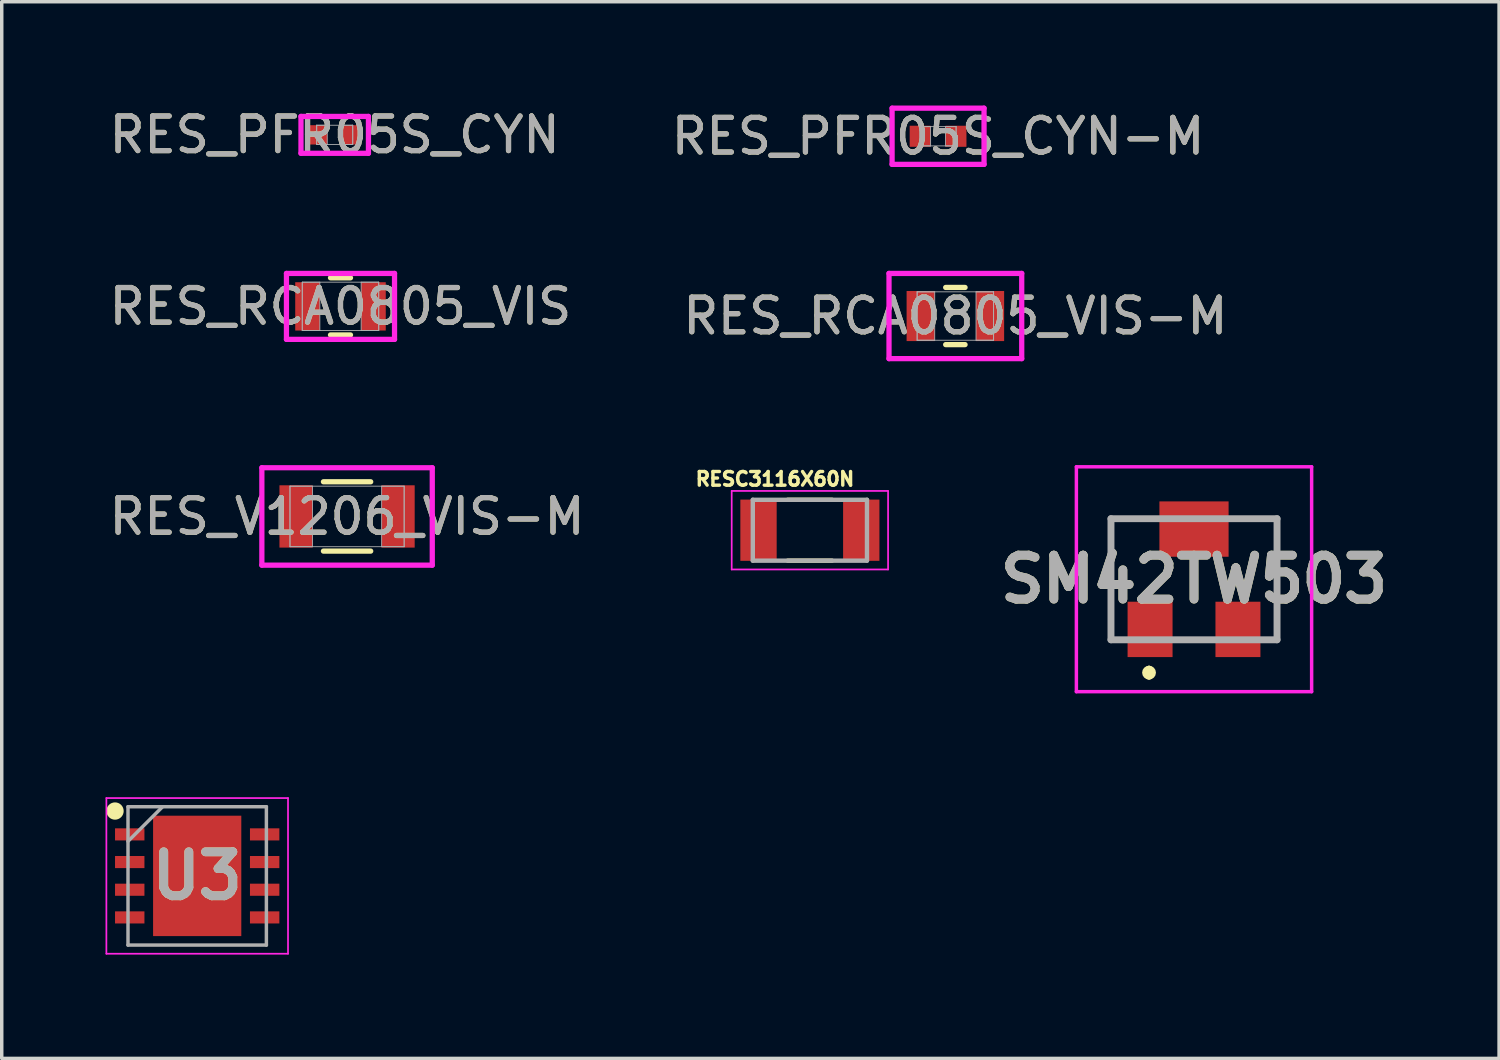
<source format=kicad_pcb>
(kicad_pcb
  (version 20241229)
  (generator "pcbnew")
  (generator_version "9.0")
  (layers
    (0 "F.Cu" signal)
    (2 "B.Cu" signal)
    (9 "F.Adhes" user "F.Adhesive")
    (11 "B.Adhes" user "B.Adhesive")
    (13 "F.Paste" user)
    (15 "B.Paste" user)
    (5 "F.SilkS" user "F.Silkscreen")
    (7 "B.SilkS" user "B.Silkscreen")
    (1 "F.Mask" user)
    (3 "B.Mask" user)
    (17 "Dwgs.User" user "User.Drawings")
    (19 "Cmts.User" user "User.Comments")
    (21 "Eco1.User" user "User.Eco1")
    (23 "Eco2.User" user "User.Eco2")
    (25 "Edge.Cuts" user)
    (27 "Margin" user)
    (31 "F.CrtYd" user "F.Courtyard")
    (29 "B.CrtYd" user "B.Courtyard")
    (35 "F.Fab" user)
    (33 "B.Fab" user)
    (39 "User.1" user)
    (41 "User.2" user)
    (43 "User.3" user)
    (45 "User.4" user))
  (footprint "RES_RCA0805_VIS"
    (layer "F.Cu")
    (at 6.792 5.806)
    (property "Reference" "RES_RCA0805_VIS" (at 0 0 0) (unlocked yes) (layer "F.SilkS") (effects (font (size 1 1) (thickness 0.15))))
    (attr smd)
    (fp_line (start -0.289 0.826) (end 0.289 0.826) (stroke (width 0.152) (type solid)) (layer "F.SilkS"))
    (fp_line (start 0.289 -0.826) (end -0.289 -0.826) (stroke (width 0.152) (type solid)) (layer "F.SilkS"))
    (fp_line (start -1.562 -0.953) (end 1.562 -0.953) (stroke (width 0.152) (type solid)) (layer "F.CrtYd"))
    (fp_line (start -1.562 0.953) (end -1.562 -0.953) (stroke (width 0.152) (type solid)) (layer "F.CrtYd"))
    (fp_line (start 1.562 -0.953) (end 1.562 0.953) (stroke (width 0.152) (type solid)) (layer "F.CrtYd"))
    (fp_line (start 1.562 0.953) (end -1.562 0.953) (stroke (width 0.152) (type solid)) (layer "F.CrtYd"))
    (fp_line (start -1.105 -0.699) (end -1.105 0.699) (stroke (width 0.025) (type solid)) (layer "F.Fab"))
    (fp_line (start -1.105 -0.699) (end -1.105 0.699) (stroke (width 0.025) (type solid)) (layer "F.Fab"))
    (fp_line (start -1.105 0.699) (end -0.597 0.699) (stroke (width 0.025) (type solid)) (layer "F.Fab"))
    (fp_line (start -1.105 0.699) (end 1.105 0.699) (stroke (width 0.025) (type solid)) (layer "F.Fab"))
    (fp_line (start -0.597 -0.699) (end -1.105 -0.699) (stroke (width 0.025) (type solid)) (layer "F.Fab"))
    (fp_line (start -0.597 0.699) (end -0.597 -0.699) (stroke (width 0.025) (type solid)) (layer "F.Fab"))
    (fp_line (start 0.597 -0.699) (end 0.597 0.699) (stroke (width 0.025) (type solid)) (layer "F.Fab"))
    (fp_line (start 0.597 0.699) (end 1.105 0.699) (stroke (width 0.025) (type solid)) (layer "F.Fab"))
    (fp_line (start 1.105 -0.699) (end -1.105 -0.699) (stroke (width 0.025) (type solid)) (layer "F.Fab"))
    (fp_line (start 1.105 -0.699) (end 0.597 -0.699) (stroke (width 0.025) (type solid)) (layer "F.Fab"))
    (fp_line (start 1.105 0.699) (end 1.105 -0.699) (stroke (width 0.025) (type solid)) (layer "F.Fab"))
    (fp_line (start 1.105 0.699) (end 1.105 -0.699) (stroke (width 0.025) (type solid)) (layer "F.Fab"))
    (fp_text user "${REFERENCE}" (at 0 0 0) (unlocked yes) (layer "F.Fab") (effects (font (size 1 1) (thickness 0.15))))
    (pad "1" smd rect (at -0.953 0) (size 0.711 1.397) (layers "F.Cu" "F.Mask" "F.Paste"))
    (pad "2" smd rect (at 0.953 0) (size 0.711 1.397) (layers "F.Cu" "F.Mask" "F.Paste"))
    (zone (net_name "") (layer "F.Cu") (hatch full 0.508) (connect_pads) (min_thickness 0.254) (filled_areas_thickness no) (keepout (tracks not_allowed) (vias not_allowed) (pads allowed) (copperpour not_allowed) (footprints allowed)) (placement (enabled no)) (fill) (polygon (pts (xy 6.246 5.158) (xy 7.338 5.158) (xy 7.338 6.454) (xy 6.246 6.454)))))
  (footprint "RES_RCA0805_VIS-M"
    (layer "F.Cu")
    (at 24.565 6.085)
    (property "Reference" "RES_RCA0805_VIS-M" (at 0 0 0) (unlocked yes) (layer "F.SilkS") (effects (font (size 1 1) (thickness 0.15))))
    (attr smd)
    (fp_line (start -0.28 0.826) (end 0.28 0.826) (stroke (width 0.152) (type solid)) (layer "F.SilkS"))
    (fp_line (start 0.28 -0.826) (end -0.28 -0.826) (stroke (width 0.152) (type solid)) (layer "F.SilkS"))
    (fp_line (start -1.918 -1.232) (end 1.918 -1.232) (stroke (width 0.152) (type solid)) (layer "F.CrtYd"))
    (fp_line (start -1.918 1.232) (end -1.918 -1.232) (stroke (width 0.152) (type solid)) (layer "F.CrtYd"))
    (fp_line (start 1.918 -1.232) (end 1.918 1.232) (stroke (width 0.152) (type solid)) (layer "F.CrtYd"))
    (fp_line (start 1.918 1.232) (end -1.918 1.232) (stroke (width 0.152) (type solid)) (layer "F.CrtYd"))
    (fp_line (start -1.105 -0.699) (end -1.105 0.699) (stroke (width 0.025) (type solid)) (layer "F.Fab"))
    (fp_line (start -1.105 -0.699) (end -1.105 0.699) (stroke (width 0.025) (type solid)) (layer "F.Fab"))
    (fp_line (start -1.105 0.699) (end -0.597 0.699) (stroke (width 0.025) (type solid)) (layer "F.Fab"))
    (fp_line (start -1.105 0.699) (end 1.105 0.699) (stroke (width 0.025) (type solid)) (layer "F.Fab"))
    (fp_line (start -0.597 -0.699) (end -1.105 -0.699) (stroke (width 0.025) (type solid)) (layer "F.Fab"))
    (fp_line (start -0.597 0.699) (end -0.597 -0.699) (stroke (width 0.025) (type solid)) (layer "F.Fab"))
    (fp_line (start 0.597 -0.699) (end 0.597 0.699) (stroke (width 0.025) (type solid)) (layer "F.Fab"))
    (fp_line (start 0.597 0.699) (end 1.105 0.699) (stroke (width 0.025) (type solid)) (layer "F.Fab"))
    (fp_line (start 1.105 -0.699) (end -1.105 -0.699) (stroke (width 0.025) (type solid)) (layer "F.Fab"))
    (fp_line (start 1.105 -0.699) (end 0.597 -0.699) (stroke (width 0.025) (type solid)) (layer "F.Fab"))
    (fp_line (start 1.105 0.699) (end 1.105 -0.699) (stroke (width 0.025) (type solid)) (layer "F.Fab"))
    (fp_line (start 1.105 0.699) (end 1.105 -0.699) (stroke (width 0.025) (type solid)) (layer "F.Fab"))
    (fp_text user "${REFERENCE}" (at 0 0 0) (unlocked yes) (layer "F.Fab") (effects (font (size 1 1) (thickness 0.15))))
    (pad "1" smd rect (at -1.003 0) (size 0.813 1.448) (layers "F.Cu" "F.Mask" "F.Paste"))
    (pad "2" smd rect (at 1.003 0) (size 0.813 1.448) (layers "F.Cu" "F.Mask" "F.Paste"))
    (zone (net_name "") (layer "F.Cu") (hatch full 0.508) (connect_pads) (min_thickness 0.254) (filled_areas_thickness no) (keepout (tracks not_allowed) (vias not_allowed) (pads allowed) (copperpour not_allowed) (footprints allowed)) (placement (enabled no)) (fill) (polygon (pts (xy 24.019 5.438) (xy 25.112 5.438) (xy 25.112 6.733) (xy 24.019 6.733)))))
  (footprint "SM42TW503"
    (layer "F.Cu")
    (at 31.463 13.693)
    (property "Reference" "SM42TW503" (at 0 0 0) (layer "F.SilkS") (effects (font (size 1.27 1.27) (thickness 0.254))))
    (attr smd)
    (fp_line (start -2.4 -1.75) (end -1.5 -1.75) (stroke (width 0.1) (type solid)) (layer "F.SilkS"))
    (fp_line (start -2.4 1.75) (end -2.4 -1.75) (stroke (width 0.1) (type solid)) (layer "F.SilkS"))
    (fp_line (start -1.3 2.6) (end -1.3 2.6) (stroke (width 0.2) (type solid)) (layer "F.SilkS"))
    (fp_line (start -1.3 2.8) (end -1.3 2.8) (stroke (width 0.2) (type solid)) (layer "F.SilkS"))
    (fp_line (start 1.5 -1.75) (end 2.4 -1.75) (stroke (width 0.1) (type solid)) (layer "F.SilkS"))
    (fp_line (start 2.4 -1.75) (end 2.4 1.75) (stroke (width 0.1) (type solid)) (layer "F.SilkS"))
    (fp_arc (start -1.3 2.6) (mid -1.2 2.7) (end -1.3 2.8) (stroke (width 0.2) (type solid)) (layer "F.SilkS"))
    (fp_arc (start -1.3 2.8) (mid -1.4 2.7) (end -1.3 2.6) (stroke (width 0.2) (type solid)) (layer "F.SilkS"))
    (fp_line (start -3.4 -3.25) (end 3.4 -3.25) (stroke (width 0.1) (type solid)) (layer "F.CrtYd"))
    (fp_line (start -3.4 3.25) (end -3.4 -3.25) (stroke (width 0.1) (type solid)) (layer "F.CrtYd"))
    (fp_line (start 3.4 -3.25) (end 3.4 3.25) (stroke (width 0.1) (type solid)) (layer "F.CrtYd"))
    (fp_line (start 3.4 3.25) (end -3.4 3.25) (stroke (width 0.1) (type solid)) (layer "F.CrtYd"))
    (fp_line (start -2.4 -1.75) (end 2.4 -1.75) (stroke (width 0.2) (type solid)) (layer "F.Fab"))
    (fp_line (start -2.4 1.75) (end -2.4 -1.75) (stroke (width 0.2) (type solid)) (layer "F.Fab"))
    (fp_line (start 2.4 -1.75) (end 2.4 1.75) (stroke (width 0.2) (type solid)) (layer "F.Fab"))
    (fp_line (start 2.4 1.75) (end -2.4 1.75) (stroke (width 0.2) (type solid)) (layer "F.Fab"))
    (fp_text user "${REFERENCE}" (at 0 0 0) (layer "F.Fab") (effects (font (size 1.27 1.27) (thickness 0.254))))
    (pad "1" smd rect (at -1.27 1.45) (size 1.3 1.6) (layers "F.Cu" "F.Mask" "F.Paste"))
    (pad "2" smd rect (at 0 -1.45 90) (size 1.6 2) (layers "F.Cu" "F.Mask" "F.Paste"))
    (pad "3" smd rect (at 1.27 1.45) (size 1.3 1.6) (layers "F.Cu" "F.Mask" "F.Paste")))
  (footprint "RES_PFR05S_CYN-M"
    (layer "F.Cu")
    (at 24.065 0.889)
    (property "Reference" "RES_PFR05S_CYN-M" (at 0 0 0) (unlocked yes) (layer "F.SilkS") (effects (font (size 1 1) (thickness 0.15))))
    (attr smd)
    (fp_line (start -1.329 -0.812) (end 1.329 -0.812) (stroke (width 0.152) (type solid)) (layer "F.CrtYd"))
    (fp_line (start -1.329 0.812) (end -1.329 -0.812) (stroke (width 0.152) (type solid)) (layer "F.CrtYd"))
    (fp_line (start 1.329 -0.812) (end 1.329 0.812) (stroke (width 0.152) (type solid)) (layer "F.CrtYd"))
    (fp_line (start 1.329 0.812) (end -1.329 0.812) (stroke (width 0.152) (type solid)) (layer "F.CrtYd"))
    (fp_line (start -0.521 -0.279) (end -0.521 0.279) (stroke (width 0.025) (type solid)) (layer "F.Fab"))
    (fp_line (start -0.521 -0.279) (end -0.521 0.279) (stroke (width 0.025) (type solid)) (layer "F.Fab"))
    (fp_line (start -0.521 0.279) (end -0.216 0.279) (stroke (width 0.025) (type solid)) (layer "F.Fab"))
    (fp_line (start -0.521 0.279) (end 0.521 0.279) (stroke (width 0.025) (type solid)) (layer "F.Fab"))
    (fp_line (start -0.216 -0.279) (end -0.521 -0.279) (stroke (width 0.025) (type solid)) (layer "F.Fab"))
    (fp_line (start -0.216 0.279) (end -0.216 -0.279) (stroke (width 0.025) (type solid)) (layer "F.Fab"))
    (fp_line (start 0.216 -0.279) (end 0.216 0.279) (stroke (width 0.025) (type solid)) (layer "F.Fab"))
    (fp_line (start 0.216 0.279) (end 0.521 0.279) (stroke (width 0.025) (type solid)) (layer "F.Fab"))
    (fp_line (start 0.521 -0.279) (end -0.521 -0.279) (stroke (width 0.025) (type solid)) (layer "F.Fab"))
    (fp_line (start 0.521 -0.279) (end 0.216 -0.279) (stroke (width 0.025) (type solid)) (layer "F.Fab"))
    (fp_line (start 0.521 0.279) (end 0.521 -0.279) (stroke (width 0.025) (type solid)) (layer "F.Fab"))
    (fp_line (start 0.521 0.279) (end 0.521 -0.279) (stroke (width 0.025) (type solid)) (layer "F.Fab"))
    (fp_text user "${REFERENCE}" (at 0 0 0) (unlocked yes) (layer "F.Fab") (effects (font (size 1 1) (thickness 0.15))))
    (pad "1" smd rect (at -0.518 0) (size 0.605 0.609) (layers "F.Cu" "F.Mask" "F.Paste"))
    (pad "2" smd rect (at 0.518 0) (size 0.605 0.609) (layers "F.Cu" "F.Mask" "F.Paste"))
    (zone (net_name "") (layer "F.Cu") (hatch full 0.508) (connect_pads) (min_thickness 0.254) (filled_areas_thickness no) (keepout (tracks not_allowed) (vias not_allowed) (pads allowed) (copperpour not_allowed) (footprints allowed)) (placement (enabled no)) (fill) (polygon (pts (xy 23.9 0.66) (xy 24.231 0.66) (xy 24.231 1.117) (xy 23.9 1.117)))))
  (footprint "RES_PFR05S_CYN"
    (layer "F.Cu")
    (at 6.625 0.848)
    (property "Reference" "RES_PFR05S_CYN" (at 0 0 0) (unlocked yes) (layer "F.SilkS") (effects (font (size 1 1) (thickness 0.15))))
    (attr smd)
    (fp_line (start -0.975 -0.533) (end 0.975 -0.533) (stroke (width 0.152) (type solid)) (layer "F.CrtYd"))
    (fp_line (start -0.975 0.533) (end -0.975 -0.533) (stroke (width 0.152) (type solid)) (layer "F.CrtYd"))
    (fp_line (start 0.975 -0.533) (end 0.975 0.533) (stroke (width 0.152) (type solid)) (layer "F.CrtYd"))
    (fp_line (start 0.975 0.533) (end -0.975 0.533) (stroke (width 0.152) (type solid)) (layer "F.CrtYd"))
    (fp_line (start -0.521 -0.279) (end -0.521 0.279) (stroke (width 0.025) (type solid)) (layer "F.Fab"))
    (fp_line (start -0.521 -0.279) (end -0.521 0.279) (stroke (width 0.025) (type solid)) (layer "F.Fab"))
    (fp_line (start -0.521 0.279) (end -0.216 0.279) (stroke (width 0.025) (type solid)) (layer "F.Fab"))
    (fp_line (start -0.521 0.279) (end 0.521 0.279) (stroke (width 0.025) (type solid)) (layer "F.Fab"))
    (fp_line (start -0.216 -0.279) (end -0.521 -0.279) (stroke (width 0.025) (type solid)) (layer "F.Fab"))
    (fp_line (start -0.216 0.279) (end -0.216 -0.279) (stroke (width 0.025) (type solid)) (layer "F.Fab"))
    (fp_line (start 0.216 -0.279) (end 0.216 0.279) (stroke (width 0.025) (type solid)) (layer "F.Fab"))
    (fp_line (start 0.216 0.279) (end 0.521 0.279) (stroke (width 0.025) (type solid)) (layer "F.Fab"))
    (fp_line (start 0.521 -0.279) (end -0.521 -0.279) (stroke (width 0.025) (type solid)) (layer "F.Fab"))
    (fp_line (start 0.521 -0.279) (end 0.216 -0.279) (stroke (width 0.025) (type solid)) (layer "F.Fab"))
    (fp_line (start 0.521 0.279) (end 0.521 -0.279) (stroke (width 0.025) (type solid)) (layer "F.Fab"))
    (fp_line (start 0.521 0.279) (end 0.521 -0.279) (stroke (width 0.025) (type solid)) (layer "F.Fab"))
    (fp_text user "${REFERENCE}" (at 0 0 0) (unlocked yes) (layer "F.Fab") (effects (font (size 1 1) (thickness 0.15))))
    (pad "1" smd rect (at -0.468 0) (size 0.505 0.559) (layers "F.Cu" "F.Mask" "F.Paste"))
    (pad "2" smd rect (at 0.468 0) (size 0.505 0.559) (layers "F.Cu" "F.Mask" "F.Paste"))
    (zone (net_name "") (layer "F.Cu") (hatch full 0.508) (connect_pads) (min_thickness 0.254) (filled_areas_thickness no) (keepout (tracks not_allowed) (vias not_allowed) (pads allowed) (copperpour not_allowed) (footprints allowed)) (placement (enabled no)) (fill) (polygon (pts (xy 6.46 0.62) (xy 6.79 0.62) (xy 6.79 1.077) (xy 6.46 1.077)))))
  (footprint "U3"
    (layer "F.Cu")
    (at 2.65 22.268)
    (property "Reference" "U3" (at 0 0 0) (layer "F.SilkS") (effects (font (size 1.27 1.27) (thickness 0.254))))
    (attr smd)
    (fp_circle (center -2.375 -1.875) (end -2.375 -1.75) (stroke (width 0.25) (type solid)) (fill no) (layer "F.SilkS"))
    (fp_line (start -2.625 -2.25) (end 2.625 -2.25) (stroke (width 0.05) (type solid)) (layer "F.CrtYd"))
    (fp_line (start -2.625 2.25) (end -2.625 -2.25) (stroke (width 0.05) (type solid)) (layer "F.CrtYd"))
    (fp_line (start 2.625 -2.25) (end 2.625 2.25) (stroke (width 0.05) (type solid)) (layer "F.CrtYd"))
    (fp_line (start 2.625 2.25) (end -2.625 2.25) (stroke (width 0.05) (type solid)) (layer "F.CrtYd"))
    (fp_line (start -2 -2) (end 2 -2) (stroke (width 0.1) (type solid)) (layer "F.Fab"))
    (fp_line (start -2 -1) (end -1 -2) (stroke (width 0.1) (type solid)) (layer "F.Fab"))
    (fp_line (start -2 2) (end -2 -2) (stroke (width 0.1) (type solid)) (layer "F.Fab"))
    (fp_line (start 2 -2) (end 2 2) (stroke (width 0.1) (type solid)) (layer "F.Fab"))
    (fp_line (start 2 2) (end -2 2) (stroke (width 0.1) (type solid)) (layer "F.Fab"))
    (fp_text user "${REFERENCE}" (at 0 0 0) (layer "F.Fab") (effects (font (size 1.27 1.27) (thickness 0.254))))
    (pad "1" smd rect (at -1.95 -1.2 90) (size 0.35 0.85) (layers "F.Cu" "F.Mask" "F.Paste"))
    (pad "2" smd rect (at -1.95 -0.4 90) (size 0.35 0.85) (layers "F.Cu" "F.Mask" "F.Paste"))
    (pad "3" smd rect (at -1.95 0.4 90) (size 0.35 0.85) (layers "F.Cu" "F.Mask" "F.Paste"))
    (pad "4" smd rect (at -1.95 1.2 90) (size 0.35 0.85) (layers "F.Cu" "F.Mask" "F.Paste"))
    (pad "5" smd rect (at 1.95 1.2 90) (size 0.35 0.85) (layers "F.Cu" "F.Mask" "F.Paste"))
    (pad "6" smd rect (at 1.95 0.4 90) (size 0.35 0.85) (layers "F.Cu" "F.Mask" "F.Paste"))
    (pad "7" smd rect (at 1.95 -0.4 90) (size 0.35 0.85) (layers "F.Cu" "F.Mask" "F.Paste"))
    (pad "8" smd rect (at 1.95 -1.2 90) (size 0.35 0.85) (layers "F.Cu" "F.Mask" "F.Paste"))
    (pad "9" smd rect (at 0 0) (size 2.55 3.48) (layers "F.Cu" "F.Mask" "F.Paste")))
  (footprint "RES_V1206_VIS-M"
    (layer "F.Cu")
    (at 6.982 11.878)
    (property "Reference" "RES_V1206_VIS-M" (at 0 0 0) (unlocked yes) (layer "F.SilkS") (effects (font (size 1 1) (thickness 0.15))))
    (attr smd)
    (fp_line (start -0.683 1.002) (end 0.683 1.002) (stroke (width 0.152) (type solid)) (layer "F.SilkS"))
    (fp_line (start 0.683 -1.002) (end -0.683 -1.002) (stroke (width 0.152) (type solid)) (layer "F.SilkS"))
    (fp_line (start -2.463 -1.408) (end 2.463 -1.408) (stroke (width 0.152) (type solid)) (layer "F.CrtYd"))
    (fp_line (start -2.463 1.408) (end -2.463 -1.408) (stroke (width 0.152) (type solid)) (layer "F.CrtYd"))
    (fp_line (start 2.463 -1.408) (end 2.463 1.408) (stroke (width 0.152) (type solid)) (layer "F.CrtYd"))
    (fp_line (start 2.463 1.408) (end -2.463 1.408) (stroke (width 0.152) (type solid)) (layer "F.CrtYd"))
    (fp_line (start -1.65 -0.875) (end -1.65 0.875) (stroke (width 0.025) (type solid)) (layer "F.Fab"))
    (fp_line (start -1.65 -0.875) (end -1.65 0.875) (stroke (width 0.025) (type solid)) (layer "F.Fab"))
    (fp_line (start -1.65 0.875) (end -1 0.875) (stroke (width 0.025) (type solid)) (layer "F.Fab"))
    (fp_line (start -1.65 0.875) (end 1.65 0.875) (stroke (width 0.025) (type solid)) (layer "F.Fab"))
    (fp_line (start -1 -0.875) (end -1.65 -0.875) (stroke (width 0.025) (type solid)) (layer "F.Fab"))
    (fp_line (start -1 0.875) (end -1 -0.875) (stroke (width 0.025) (type solid)) (layer "F.Fab"))
    (fp_line (start 1 -0.875) (end 1 0.875) (stroke (width 0.025) (type solid)) (layer "F.Fab"))
    (fp_line (start 1 0.875) (end 1.65 0.875) (stroke (width 0.025) (type solid)) (layer "F.Fab"))
    (fp_line (start 1.65 -0.875) (end -1.65 -0.875) (stroke (width 0.025) (type solid)) (layer "F.Fab"))
    (fp_line (start 1.65 -0.875) (end 1 -0.875) (stroke (width 0.025) (type solid)) (layer "F.Fab"))
    (fp_line (start 1.65 0.875) (end 1.65 -0.875) (stroke (width 0.025) (type solid)) (layer "F.Fab"))
    (fp_line (start 1.65 0.875) (end 1.65 -0.875) (stroke (width 0.025) (type solid)) (layer "F.Fab"))
    (fp_text user "${REFERENCE}" (at 0 0 0) (unlocked yes) (layer "F.Fab") (effects (font (size 1 1) (thickness 0.15))))
    (pad "1" smd rect (at -1.477 0) (size 0.955 1.801) (layers "F.Cu" "F.Mask" "F.Paste"))
    (pad "2" smd rect (at 1.477 0) (size 0.955 1.801) (layers "F.Cu" "F.Mask" "F.Paste"))
    (zone (net_name "") (layer "F.Cu") (hatch full 0.508) (connect_pads) (min_thickness 0.254) (filled_areas_thickness no) (keepout (tracks not_allowed) (vias not_allowed) (pads allowed) (copperpour not_allowed) (footprints allowed)) (placement (enabled no)) (fill) (polygon (pts (xy 6.033 11.054) (xy 7.931 11.054) (xy 7.931 12.702) (xy 6.033 12.702)))))
  (footprint "RESC3116X60N"
    (layer "F.Cu")
    (at 20.36 12.276)
    (property "Reference" "RESC3116X60N" (at -1.01 -1.48 0) (layer "F.SilkS") (effects (font (size 0.394 0.394) (thickness 0.15))))
    (attr smd)
    (fp_line (start -0.64 -0.88) (end 0.64 -0.88) (stroke (width 0.127) (type solid)) (layer "F.SilkS"))
    (fp_line (start -0.64 0.88) (end 0.64 0.88) (stroke (width 0.127) (type solid)) (layer "F.SilkS"))
    (fp_line (start -2.26 -1.135) (end 2.26 -1.135) (stroke (width 0.05) (type solid)) (layer "F.CrtYd"))
    (fp_line (start -2.26 1.135) (end -2.26 -1.135) (stroke (width 0.05) (type solid)) (layer "F.CrtYd"))
    (fp_line (start -2.26 1.135) (end 2.26 1.135) (stroke (width 0.05) (type solid)) (layer "F.CrtYd"))
    (fp_line (start 2.26 1.135) (end 2.26 -1.135) (stroke (width 0.05) (type solid)) (layer "F.CrtYd"))
    (fp_line (start -1.65 0.88) (end -1.65 -0.88) (stroke (width 0.127) (type solid)) (layer "F.Fab"))
    (fp_line (start 1.65 -0.88) (end -1.65 -0.88) (stroke (width 0.127) (type solid)) (layer "F.Fab"))
    (fp_line (start 1.65 0.88) (end -1.65 0.88) (stroke (width 0.127) (type solid)) (layer "F.Fab"))
    (fp_line (start 1.65 0.88) (end 1.65 -0.88) (stroke (width 0.127) (type solid)) (layer "F.Fab"))
    (pad "1" smd rect (at -1.485 0) (size 1.05 1.77) (layers "F.Cu" "F.Mask" "F.Paste"))
    (pad "2" smd rect (at 1.485 0) (size 1.05 1.77) (layers "F.Cu" "F.Mask" "F.Paste")))
  (gr_rect
    (start -3 -3)
    (end 40.281 27.543)
    (stroke (width 0.1) (type default))
    (fill no)
    (layer "Edge.Cuts")))
</source>
